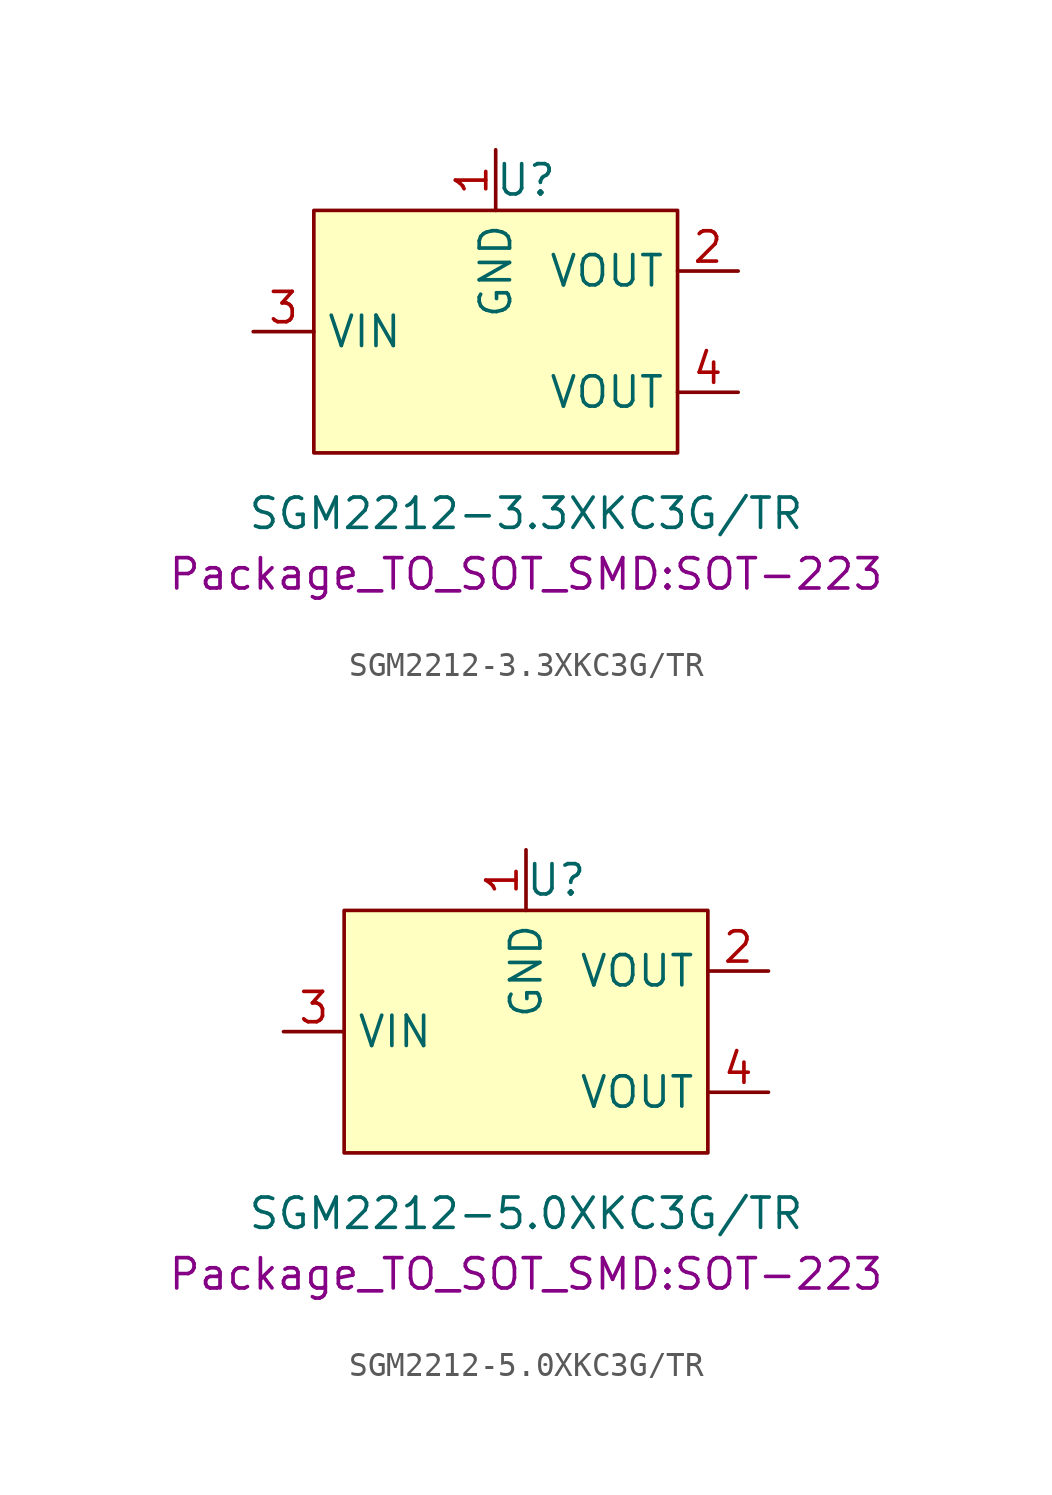
<source format=kicad_sym>
(kicad_symbol_lib
  (version 20231120)
  (generator "kicad_symbol_editor")
  (generator_version "8.0")
  (symbol "SGM2212-3.3XKC3G/TR"
    (property "Reference" "U"
      (at 0 11.43 0)
      (effects (font (size 1.27 1.27))))
    (property "Value" "SGM2212-3.3XKC3G{slash}TR"
      (at 0 -2.54 0)
      (effects (font (size 1.27 1.27))))
    (property "Footprint" "Package_TO_SOT_SMD:SOT-223"
      (at 0 -5.08 0)
      (effects (font (size 1.27 1.27))))
    (symbol "SGM2212-3.3XKC3G/TR_1_1"
      (rectangle (start -8.89 10.16) (end 6.35 0) (stroke (width 0) (type default)) (fill (type background)))
      (pin passive line (at -1.27 12.7 270) (length 2.54) (name "GND" (effects (font (size 1.27 1.27)))) (number "1" (effects (font (size 1.27 1.27)))))
      (pin passive line (at 8.89 7.62 180) (length 2.54) (name "VOUT" (effects (font (size 1.27 1.27)))) (number "2" (effects (font (size 1.27 1.27)))))
      (pin input line (at -11.43 5.08 0) (length 2.54) (name "VIN" (effects (font (size 1.27 1.27)))) (number "3" (effects (font (size 1.27 1.27)))))
      (pin passive line (at 8.89 2.54 180) (length 2.54) (name "VOUT" (effects (font (size 1.27 1.27)))) (number "4" (effects (font (size 1.27 1.27)))))))
  (symbol "SGM2212-5.0XKC3G/TR"
    (property "Reference" "U"
      (at 1.27 11.43 0)
      (effects (font (size 1.27 1.27))))
    (property "Value" "SGM2212-5.0XKC3G{slash}TR"
      (at 0 -2.54 0)
      (effects (font (size 1.27 1.27))))
    (property "Footprint" "Package_TO_SOT_SMD:SOT-223"
      (at 0 -5.08 0)
      (effects (font (size 1.27 1.27))))
    (symbol "SGM2212-5.0XKC3G/TR_1_1"
      (rectangle (start -7.62 10.16) (end 7.62 0) (stroke (width 0) (type default)) (fill (type background)))
      (pin passive line (at 0 12.7 270) (length 2.54) (name "GND" (effects (font (size 1.27 1.27)))) (number "1" (effects (font (size 1.27 1.27)))))
      (pin passive line (at 10.16 7.62 180) (length 2.54) (name "VOUT" (effects (font (size 1.27 1.27)))) (number "2" (effects (font (size 1.27 1.27)))))
      (pin input line (at -10.16 5.08 0) (length 2.54) (name "VIN" (effects (font (size 1.27 1.27)))) (number "3" (effects (font (size 1.27 1.27)))))
      (pin passive line (at 10.16 2.54 180) (length 2.54) (name "VOUT" (effects (font (size 1.27 1.27)))) (number "4" (effects (font (size 1.27 1.27))))))))
</source>
